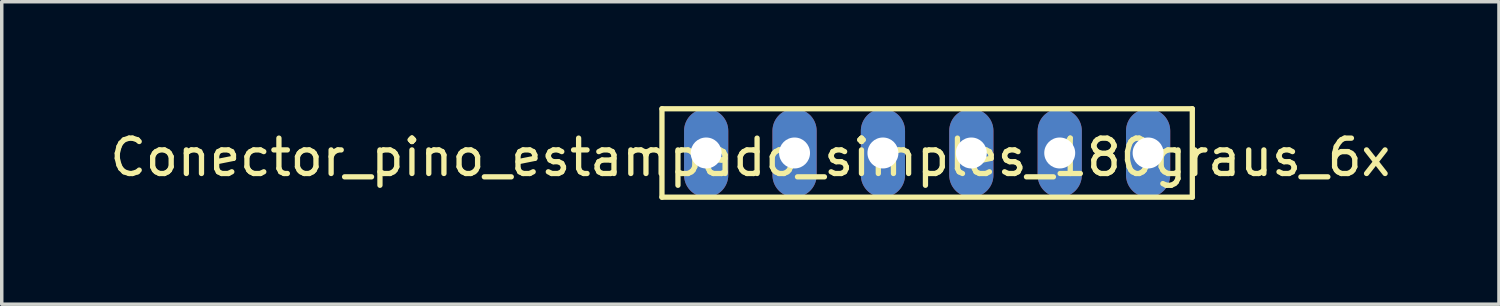
<source format=kicad_pcb>
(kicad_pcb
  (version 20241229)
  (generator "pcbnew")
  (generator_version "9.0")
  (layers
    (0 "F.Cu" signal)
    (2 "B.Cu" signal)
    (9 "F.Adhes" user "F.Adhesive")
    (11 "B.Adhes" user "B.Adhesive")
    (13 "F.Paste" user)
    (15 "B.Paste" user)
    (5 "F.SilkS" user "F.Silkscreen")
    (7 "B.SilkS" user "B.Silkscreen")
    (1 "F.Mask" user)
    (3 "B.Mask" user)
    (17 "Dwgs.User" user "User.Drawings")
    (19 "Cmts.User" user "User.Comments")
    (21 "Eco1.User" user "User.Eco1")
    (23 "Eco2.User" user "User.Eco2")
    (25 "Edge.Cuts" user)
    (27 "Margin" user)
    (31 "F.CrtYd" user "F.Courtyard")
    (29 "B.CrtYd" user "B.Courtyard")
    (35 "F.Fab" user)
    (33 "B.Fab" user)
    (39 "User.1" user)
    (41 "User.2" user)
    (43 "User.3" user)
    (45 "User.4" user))
  (footprint "Conector_pino_estampado_simples_180graus_6x"
    (layer "F.Cu")
    (at 17.242 1.346)
    (property "Reference" "Conector_pino_estampado_simples_180graus_6x" (at 1.27 0.127 0) (layer "F.SilkS") (effects (font (size 1.016 1.016) (thickness 0.152))))
    (attr through_hole)
    (fp_line (start -1.27 -1.27) (end 13.97 -1.27) (stroke (width 0.152) (type solid)) (layer "F.SilkS"))
    (fp_line (start -1.27 1.27) (end -1.27 -1.27) (stroke (width 0.152) (type solid)) (layer "F.SilkS"))
    (fp_line (start 13.97 -1.27) (end 13.97 1.27) (stroke (width 0.152) (type solid)) (layer "F.SilkS"))
    (fp_line (start 13.97 1.27) (end -1.27 1.27) (stroke (width 0.152) (type solid)) (layer "F.SilkS"))
    (pad "1" thru_hole oval (at 0 0) (size 1.27 2.54) (drill 0.889) (layers "*.Cu" "*.Mask"))
    (pad "2" thru_hole oval (at 2.54 0) (size 1.27 2.54) (drill 0.889) (layers "*.Cu" "*.Mask"))
    (pad "3" thru_hole oval (at 5.08 0) (size 1.27 2.54) (drill 0.889) (layers "*.Cu" "*.Mask"))
    (pad "4" thru_hole oval (at 7.62 0) (size 1.27 2.54) (drill 0.889) (layers "*.Cu" "*.Mask"))
    (pad "5" thru_hole oval (at 10.16 0) (size 1.27 2.54) (drill 0.889) (layers "*.Cu" "*.Mask"))
    (pad "6" thru_hole oval (at 12.7 0) (size 1.27 2.54) (drill 0.889) (layers "*.Cu" "*.Mask")))
  (gr_rect
    (start -3 -3)
    (end 40.024 5.692)
    (stroke (width 0.1) (type default))
    (fill no)
    (layer "Edge.Cuts")))
</source>
